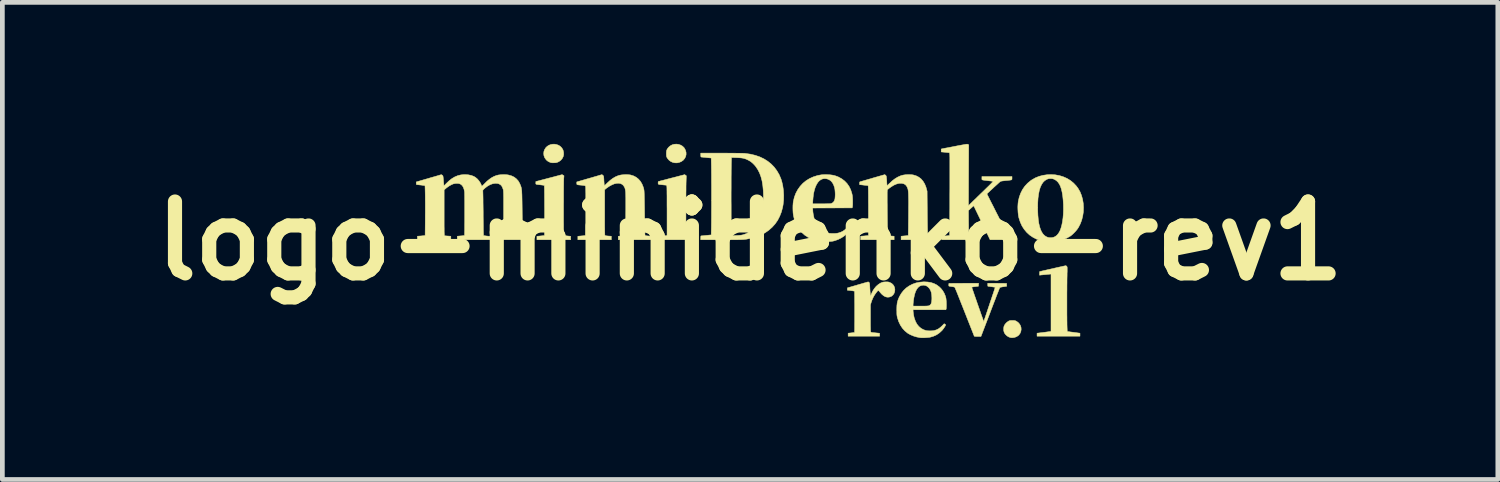
<source format=kicad_pcb>
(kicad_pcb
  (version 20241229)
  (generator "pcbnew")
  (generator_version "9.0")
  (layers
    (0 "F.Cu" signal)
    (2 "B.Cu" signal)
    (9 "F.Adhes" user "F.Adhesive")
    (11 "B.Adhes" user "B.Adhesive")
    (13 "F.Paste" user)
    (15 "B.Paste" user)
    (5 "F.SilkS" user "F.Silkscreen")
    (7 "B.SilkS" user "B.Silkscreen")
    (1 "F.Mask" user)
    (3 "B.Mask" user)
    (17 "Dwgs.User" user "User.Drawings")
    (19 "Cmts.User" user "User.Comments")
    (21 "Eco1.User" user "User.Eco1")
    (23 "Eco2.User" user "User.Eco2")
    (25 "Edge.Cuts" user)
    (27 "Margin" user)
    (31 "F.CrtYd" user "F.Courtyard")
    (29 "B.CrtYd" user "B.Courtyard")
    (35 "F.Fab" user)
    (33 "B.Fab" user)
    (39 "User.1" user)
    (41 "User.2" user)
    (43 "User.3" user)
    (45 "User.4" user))
  (footprint "logo-minidenko-rev1"
    (layer "F.Cu")
    (at 12.852 2.057)
    (property "Reference" "logo-minidenko-rev1" (at 0 0 0) (layer "F.SilkS") (effects (font (size 1.524 1.524) (thickness 0.3))))
    (attr through_hole)
    (fp_poly (pts (xy -1.515 -2.046) (xy -1.472 -2.031) (xy -1.434 -2.009) (xy -1.401 -1.978) (xy -1.392 -1.965) (xy -1.369 -1.922) (xy -1.357 -1.877) (xy -1.356 -1.832) (xy -1.366 -1.788) (xy -1.387 -1.747) (xy -1.418 -1.71) (xy -1.421 -1.708) (xy -1.458 -1.682) (xy -1.501 -1.664) (xy -1.548 -1.654) (xy -1.595 -1.655) (xy -1.635 -1.663) (xy -1.681 -1.683) (xy -1.72 -1.713) (xy -1.752 -1.751) (xy -1.762 -1.768) (xy -1.768 -1.782) (xy -1.772 -1.796) (xy -1.774 -1.815) (xy -1.775 -1.841) (xy -1.775 -1.852) (xy -1.774 -1.889) (xy -1.769 -1.918) (xy -1.759 -1.942) (xy -1.742 -1.967) (xy -1.724 -1.988) (xy -1.689 -2.017) (xy -1.649 -2.038) (xy -1.606 -2.049) (xy -1.56 -2.052) (xy -1.515 -2.046)) (stroke (width 0.01) (type solid)) (fill yes) (layer "F.SilkS"))
    (fp_poly (pts (xy -4.099 -2.042) (xy -4.059 -2.027) (xy -4.023 -2.004) (xy -3.993 -1.973) (xy -3.969 -1.935) (xy -3.964 -1.922) (xy -3.953 -1.876) (xy -3.952 -1.83) (xy -3.962 -1.787) (xy -3.983 -1.746) (xy -4.012 -1.711) (xy -4.05 -1.683) (xy -4.062 -1.677) (xy -4.084 -1.667) (xy -4.102 -1.661) (xy -4.123 -1.657) (xy -4.15 -1.656) (xy -4.155 -1.656) (xy -4.187 -1.655) (xy -4.212 -1.658) (xy -4.234 -1.663) (xy -4.239 -1.665) (xy -4.283 -1.686) (xy -4.32 -1.716) (xy -4.349 -1.756) (xy -4.358 -1.772) (xy -4.371 -1.81) (xy -4.375 -1.853) (xy -4.371 -1.895) (xy -4.358 -1.932) (xy -4.334 -1.972) (xy -4.303 -2.003) (xy -4.267 -2.027) (xy -4.227 -2.042) (xy -4.184 -2.05) (xy -4.141 -2.05) (xy -4.099 -2.042)) (stroke (width 0.01) (type solid)) (fill yes) (layer "F.SilkS"))
    (fp_poly (pts (xy 5.589 1.687) (xy 5.608 1.689) (xy 5.624 1.693) (xy 5.64 1.7) (xy 5.644 1.702) (xy 5.684 1.73) (xy 5.715 1.766) (xy 5.733 1.798) (xy 5.745 1.838) (xy 5.747 1.88) (xy 5.74 1.922) (xy 5.723 1.962) (xy 5.698 1.995) (xy 5.689 2.004) (xy 5.654 2.028) (xy 5.614 2.044) (xy 5.571 2.052) (xy 5.53 2.051) (xy 5.525 2.05) (xy 5.485 2.037) (xy 5.449 2.015) (xy 5.418 1.987) (xy 5.394 1.954) (xy 5.385 1.933) (xy 5.377 1.9) (xy 5.376 1.861) (xy 5.38 1.824) (xy 5.385 1.806) (xy 5.399 1.778) (xy 5.421 1.749) (xy 5.447 1.724) (xy 5.476 1.704) (xy 5.478 1.702) (xy 5.495 1.694) (xy 5.51 1.69) (xy 5.529 1.687) (xy 5.554 1.687) (xy 5.561 1.687) (xy 5.589 1.687)) (stroke (width 0.01) (type solid)) (fill yes) (layer "F.SilkS"))
    (fp_poly (pts (xy -1.369 -1.393) (xy -1.352 -1.381) (xy -1.357 -1.22) (xy -1.357 -1.197) (xy -1.358 -1.164) (xy -1.358 -1.124) (xy -1.358 -1.076) (xy -1.359 -1.021) (xy -1.359 -0.962) (xy -1.359 -0.898) (xy -1.36 -0.831) (xy -1.36 -0.762) (xy -1.36 -0.692) (xy -1.36 -0.621) (xy -1.36 -0.552) (xy -1.36 -0.484) (xy -1.36 -0.418) (xy -1.359 -0.357) (xy -1.359 -0.3) (xy -1.359 -0.249) (xy -1.359 -0.204) (xy -1.358 -0.168) (xy -1.358 -0.14) (xy -1.357 -0.122) (xy -1.357 -0.114) (xy -1.357 -0.114) (xy -1.351 -0.113) (xy -1.335 -0.111) (xy -1.312 -0.108) (xy -1.285 -0.105) (xy -1.282 -0.105) (xy -1.208 -0.097) (xy -1.206 -0.061) (xy -1.204 -0.024) (xy -1.926 -0.024) (xy -1.926 -0.099) (xy -1.874 -0.103) (xy -1.846 -0.105) (xy -1.818 -0.108) (xy -1.795 -0.11) (xy -1.791 -0.11) (xy -1.76 -0.114) (xy -1.76 -0.608) (xy -1.76 -0.684) (xy -1.761 -0.758) (xy -1.761 -0.828) (xy -1.761 -0.893) (xy -1.761 -0.953) (xy -1.762 -1.007) (xy -1.762 -1.052) (xy -1.763 -1.09) (xy -1.763 -1.118) (xy -1.764 -1.136) (xy -1.764 -1.141) (xy -1.768 -1.18) (xy -1.836 -1.187) (xy -1.875 -1.191) (xy -1.904 -1.194) (xy -1.925 -1.196) (xy -1.938 -1.2) (xy -1.945 -1.204) (xy -1.949 -1.209) (xy -1.949 -1.217) (xy -1.949 -1.227) (xy -1.949 -1.229) (xy -1.949 -1.246) (xy -1.946 -1.256) (xy -1.938 -1.261) (xy -1.927 -1.264) (xy -1.917 -1.266) (xy -1.897 -1.272) (xy -1.867 -1.279) (xy -1.83 -1.289) (xy -1.787 -1.3) (xy -1.739 -1.313) (xy -1.687 -1.327) (xy -1.646 -1.337) (xy -1.386 -1.405) (xy -1.369 -1.393)) (stroke (width 0.01) (type solid)) (fill yes) (layer "F.SilkS"))
    (fp_poly (pts (xy 6.703 0.53) (xy 6.714 0.539) (xy 6.717 0.544) (xy 6.72 0.55) (xy 6.722 0.558) (xy 6.723 0.571) (xy 6.723 0.589) (xy 6.723 0.615) (xy 6.723 0.649) (xy 6.721 0.691) (xy 6.721 0.728) (xy 6.72 0.774) (xy 6.719 0.828) (xy 6.719 0.889) (xy 6.718 0.957) (xy 6.718 1.029) (xy 6.717 1.104) (xy 6.717 1.182) (xy 6.717 1.26) (xy 6.717 1.338) (xy 6.717 1.415) (xy 6.717 1.489) (xy 6.717 1.558) (xy 6.718 1.623) (xy 6.718 1.681) (xy 6.719 1.731) (xy 6.719 1.772) (xy 6.72 1.803) (xy 6.72 1.809) (xy 6.724 1.919) (xy 6.739 1.922) (xy 6.75 1.924) (xy 6.77 1.927) (xy 6.797 1.931) (xy 6.831 1.935) (xy 6.868 1.94) (xy 6.874 1.941) (xy 6.994 1.957) (xy 6.994 2.02) (xy 6.084 2.02) (xy 6.084 1.957) (xy 6.216 1.941) (xy 6.255 1.936) (xy 6.291 1.931) (xy 6.321 1.927) (xy 6.345 1.924) (xy 6.36 1.922) (xy 6.363 1.921) (xy 6.38 1.918) (xy 6.38 0.702) (xy 6.354 0.705) (xy 6.338 0.707) (xy 6.314 0.709) (xy 6.285 0.712) (xy 6.258 0.715) (xy 6.228 0.717) (xy 6.199 0.72) (xy 6.176 0.722) (xy 6.162 0.724) (xy 6.137 0.727) (xy 6.137 0.689) (xy 6.138 0.669) (xy 6.139 0.655) (xy 6.14 0.65) (xy 6.146 0.648) (xy 6.162 0.645) (xy 6.188 0.639) (xy 6.222 0.631) (xy 6.262 0.622) (xy 6.309 0.611) (xy 6.36 0.6) (xy 6.413 0.588) (xy 6.468 0.575) (xy 6.519 0.563) (xy 6.566 0.553) (xy 6.608 0.544) (xy 6.642 0.536) (xy 6.669 0.53) (xy 6.686 0.527) (xy 6.693 0.526) (xy 6.703 0.53)) (stroke (width 0.01) (type solid)) (fill yes) (layer "F.SilkS"))
    (fp_poly (pts (xy -3.965 -1.393) (xy -3.945 -1.381) (xy -3.95 -1.321) (xy -3.951 -1.307) (xy -3.951 -1.283) (xy -3.952 -1.25) (xy -3.952 -1.208) (xy -3.953 -1.159) (xy -3.953 -1.104) (xy -3.954 -1.043) (xy -3.954 -0.978) (xy -3.954 -0.91) (xy -3.954 -0.839) (xy -3.955 -0.766) (xy -3.955 -0.693) (xy -3.955 -0.62) (xy -3.955 -0.548) (xy -3.955 -0.479) (xy -3.955 -0.413) (xy -3.954 -0.351) (xy -3.954 -0.294) (xy -3.954 -0.243) (xy -3.953 -0.2) (xy -3.953 -0.164) (xy -3.953 -0.138) (xy -3.952 -0.121) (xy -3.951 -0.116) (xy -3.945 -0.114) (xy -3.928 -0.111) (xy -3.905 -0.109) (xy -3.877 -0.106) (xy -3.876 -0.105) (xy -3.804 -0.098) (xy -3.804 -0.024) (xy -4.519 -0.024) (xy -4.519 -0.098) (xy -4.441 -0.105) (xy -4.412 -0.108) (xy -4.387 -0.111) (xy -4.369 -0.113) (xy -4.36 -0.115) (xy -4.36 -0.116) (xy -4.359 -0.122) (xy -4.358 -0.14) (xy -4.358 -0.167) (xy -4.357 -0.202) (xy -4.357 -0.246) (xy -4.357 -0.296) (xy -4.356 -0.352) (xy -4.356 -0.413) (xy -4.356 -0.477) (xy -4.356 -0.543) (xy -4.356 -0.611) (xy -4.356 -0.68) (xy -4.357 -0.748) (xy -4.357 -0.815) (xy -4.357 -0.879) (xy -4.358 -0.939) (xy -4.358 -0.995) (xy -4.359 -1.045) (xy -4.359 -1.088) (xy -4.36 -1.124) (xy -4.361 -1.151) (xy -4.362 -1.168) (xy -4.362 -1.175) (xy -4.37 -1.177) (xy -4.387 -1.181) (xy -4.411 -1.184) (xy -4.433 -1.187) (xy -4.472 -1.191) (xy -4.5 -1.194) (xy -4.519 -1.197) (xy -4.532 -1.2) (xy -4.539 -1.204) (xy -4.542 -1.21) (xy -4.543 -1.218) (xy -4.542 -1.229) (xy -4.542 -1.258) (xy -4.517 -1.265) (xy -4.506 -1.268) (xy -4.485 -1.273) (xy -4.456 -1.281) (xy -4.418 -1.291) (xy -4.375 -1.302) (xy -4.326 -1.315) (xy -4.274 -1.329) (xy -4.238 -1.338) (xy -3.984 -1.405) (xy -3.965 -1.393)) (stroke (width 0.01) (type solid)) (fill yes) (layer "F.SilkS"))
    (fp_poly (pts (xy 6.469 -1.401) (xy 6.557 -1.385) (xy 6.641 -1.359) (xy 6.72 -1.324) (xy 6.793 -1.279) (xy 6.859 -1.225) (xy 6.917 -1.163) (xy 6.955 -1.111) (xy 6.996 -1.04) (xy 7.027 -0.962) (xy 7.05 -0.879) (xy 7.064 -0.793) (xy 7.069 -0.705) (xy 7.066 -0.617) (xy 7.053 -0.53) (xy 7.032 -0.445) (xy 7.002 -0.364) (xy 6.963 -0.288) (xy 6.949 -0.266) (xy 6.925 -0.233) (xy 6.894 -0.197) (xy 6.86 -0.162) (xy 6.826 -0.13) (xy 6.795 -0.105) (xy 6.79 -0.102) (xy 6.712 -0.057) (xy 6.628 -0.022) (xy 6.542 0.003) (xy 6.519 0.007) (xy 6.488 0.01) (xy 6.449 0.012) (xy 6.408 0.014) (xy 6.365 0.015) (xy 6.324 0.015) (xy 6.288 0.015) (xy 6.259 0.013) (xy 6.247 0.012) (xy 6.157 -0.008) (xy 6.074 -0.037) (xy 5.998 -0.076) (xy 5.927 -0.124) (xy 5.864 -0.182) (xy 5.81 -0.247) (xy 5.765 -0.317) (xy 5.729 -0.396) (xy 5.701 -0.482) (xy 5.696 -0.501) (xy 5.687 -0.55) (xy 5.681 -0.607) (xy 5.678 -0.667) (xy 5.677 -0.7) (xy 6.097 -0.7) (xy 6.098 -0.65) (xy 6.102 -0.546) (xy 6.11 -0.453) (xy 6.122 -0.37) (xy 6.139 -0.298) (xy 6.16 -0.236) (xy 6.185 -0.184) (xy 6.214 -0.142) (xy 6.248 -0.109) (xy 6.287 -0.085) (xy 6.32 -0.073) (xy 6.352 -0.068) (xy 6.389 -0.068) (xy 6.424 -0.074) (xy 6.448 -0.082) (xy 6.479 -0.099) (xy 6.506 -0.12) (xy 6.53 -0.149) (xy 6.544 -0.168) (xy 6.569 -0.213) (xy 6.59 -0.268) (xy 6.608 -0.332) (xy 6.623 -0.405) (xy 6.634 -0.485) (xy 6.641 -0.571) (xy 6.644 -0.663) (xy 6.643 -0.758) (xy 6.643 -0.768) (xy 6.637 -0.867) (xy 6.628 -0.956) (xy 6.615 -1.033) (xy 6.599 -1.101) (xy 6.579 -1.159) (xy 6.555 -1.207) (xy 6.526 -1.247) (xy 6.494 -1.278) (xy 6.458 -1.301) (xy 6.435 -1.311) (xy 6.417 -1.317) (xy 6.397 -1.32) (xy 6.371 -1.32) (xy 6.344 -1.32) (xy 6.324 -1.317) (xy 6.306 -1.311) (xy 6.284 -1.301) (xy 6.244 -1.275) (xy 6.209 -1.239) (xy 6.179 -1.193) (xy 6.153 -1.137) (xy 6.132 -1.071) (xy 6.117 -0.994) (xy 6.105 -0.907) (xy 6.099 -0.809) (xy 6.097 -0.7) (xy 5.677 -0.7) (xy 5.677 -0.728) (xy 5.68 -0.785) (xy 5.685 -0.834) (xy 5.706 -0.925) (xy 5.736 -1.009) (xy 5.775 -1.087) (xy 5.824 -1.158) (xy 5.882 -1.221) (xy 5.948 -1.276) (xy 5.974 -1.294) (xy 6.047 -1.336) (xy 6.126 -1.368) (xy 6.209 -1.39) (xy 6.299 -1.403) (xy 6.376 -1.406) (xy 6.469 -1.401)) (stroke (width 0.01) (type solid)) (fill yes) (layer "F.SilkS"))
    (fp_poly (pts (xy 5.238 0.899) (xy 5.437 0.901) (xy 5.439 0.931) (xy 5.441 0.961) (xy 5.371 0.972) (xy 5.343 0.976) (xy 5.32 0.981) (xy 5.303 0.985) (xy 5.295 0.989) (xy 5.292 0.995) (xy 5.285 1.012) (xy 5.274 1.038) (xy 5.261 1.073) (xy 5.244 1.115) (xy 5.224 1.165) (xy 5.203 1.222) (xy 5.179 1.283) (xy 5.153 1.35) (xy 5.126 1.421) (xy 5.098 1.495) (xy 5.092 1.511) (xy 4.895 2.026) (xy 4.825 2.026) (xy 4.795 2.026) (xy 4.775 2.025) (xy 4.762 2.024) (xy 4.755 2.021) (xy 4.751 2.017) (xy 4.75 2.013) (xy 4.693 1.869) (xy 4.64 1.735) (xy 4.592 1.613) (xy 4.548 1.501) (xy 4.508 1.4) (xy 4.472 1.31) (xy 4.441 1.231) (xy 4.414 1.163) (xy 4.391 1.105) (xy 4.372 1.059) (xy 4.357 1.024) (xy 4.347 0.999) (xy 4.341 0.986) (xy 4.34 0.983) (xy 4.331 0.979) (xy 4.314 0.975) (xy 4.291 0.971) (xy 4.277 0.969) (xy 4.252 0.966) (xy 4.232 0.962) (xy 4.219 0.959) (xy 4.216 0.957) (xy 4.213 0.949) (xy 4.212 0.934) (xy 4.213 0.927) (xy 4.215 0.901) (xy 4.529 0.899) (xy 4.844 0.898) (xy 4.844 0.93) (xy 4.843 0.949) (xy 4.841 0.959) (xy 4.836 0.963) (xy 4.83 0.963) (xy 4.819 0.964) (xy 4.799 0.966) (xy 4.774 0.969) (xy 4.758 0.971) (xy 4.73 0.975) (xy 4.713 0.978) (xy 4.703 0.982) (xy 4.701 0.986) (xy 4.701 0.987) (xy 4.703 0.994) (xy 4.709 1.012) (xy 4.718 1.038) (xy 4.73 1.072) (xy 4.744 1.113) (xy 4.759 1.158) (xy 4.777 1.208) (xy 4.795 1.26) (xy 4.814 1.315) (xy 4.833 1.37) (xy 4.852 1.424) (xy 4.871 1.477) (xy 4.888 1.527) (xy 4.904 1.573) (xy 4.919 1.614) (xy 4.931 1.648) (xy 4.941 1.675) (xy 4.947 1.693) (xy 4.95 1.701) (xy 4.95 1.701) (xy 4.955 1.707) (xy 4.956 1.707) (xy 4.958 1.701) (xy 4.963 1.684) (xy 4.971 1.659) (xy 4.983 1.625) (xy 4.997 1.583) (xy 5.013 1.536) (xy 5.031 1.482) (xy 5.05 1.424) (xy 5.071 1.363) (xy 5.077 1.344) (xy 5.098 1.282) (xy 5.118 1.223) (xy 5.136 1.168) (xy 5.153 1.119) (xy 5.167 1.076) (xy 5.179 1.04) (xy 5.188 1.012) (xy 5.194 0.993) (xy 5.197 0.984) (xy 5.197 0.983) (xy 5.191 0.982) (xy 5.176 0.98) (xy 5.154 0.977) (xy 5.129 0.973) (xy 5.103 0.97) (xy 5.079 0.967) (xy 5.059 0.964) (xy 5.046 0.963) (xy 5.043 0.963) (xy 5.041 0.957) (xy 5.039 0.944) (xy 5.039 0.93) (xy 5.039 0.898) (xy 5.238 0.899)) (stroke (width 0.01) (type solid)) (fill yes) (layer "F.SilkS"))
    (fp_poly (pts (xy 2.511 0.872) (xy 2.521 0.879) (xy 2.525 0.883) (xy 2.529 0.889) (xy 2.532 0.898) (xy 2.534 0.912) (xy 2.536 0.932) (xy 2.538 0.961) (xy 2.54 0.998) (xy 2.542 1.036) (xy 2.544 1.071) (xy 2.547 1.102) (xy 2.548 1.127) (xy 2.55 1.14) (xy 2.553 1.172) (xy 2.57 1.129) (xy 2.598 1.067) (xy 2.633 1.012) (xy 2.674 0.963) (xy 2.719 0.924) (xy 2.766 0.894) (xy 2.768 0.893) (xy 2.792 0.883) (xy 2.811 0.876) (xy 2.831 0.872) (xy 2.855 0.87) (xy 2.871 0.869) (xy 2.901 0.869) (xy 2.924 0.87) (xy 2.943 0.874) (xy 2.959 0.88) (xy 2.999 0.899) (xy 3.029 0.926) (xy 3.05 0.956) (xy 3.065 0.994) (xy 3.07 1.034) (xy 3.066 1.073) (xy 3.054 1.11) (xy 3.034 1.142) (xy 3.006 1.168) (xy 2.987 1.179) (xy 2.947 1.192) (xy 2.906 1.193) (xy 2.866 1.183) (xy 2.827 1.16) (xy 2.788 1.126) (xy 2.758 1.092) (xy 2.742 1.072) (xy 2.73 1.059) (xy 2.72 1.053) (xy 2.711 1.056) (xy 2.699 1.066) (xy 2.684 1.085) (xy 2.669 1.104) (xy 2.638 1.148) (xy 2.609 1.2) (xy 2.584 1.257) (xy 2.567 1.306) (xy 2.552 1.356) (xy 2.552 1.628) (xy 2.552 1.685) (xy 2.552 1.738) (xy 2.552 1.786) (xy 2.553 1.83) (xy 2.554 1.866) (xy 2.554 1.894) (xy 2.555 1.912) (xy 2.556 1.919) (xy 2.557 1.927) (xy 2.56 1.932) (xy 2.565 1.936) (xy 2.574 1.94) (xy 2.589 1.942) (xy 2.612 1.945) (xy 2.644 1.948) (xy 2.664 1.95) (xy 2.744 1.958) (xy 2.746 1.989) (xy 2.747 2.02) (xy 2.079 2.02) (xy 2.079 1.957) (xy 2.145 1.95) (xy 2.172 1.947) (xy 2.194 1.944) (xy 2.209 1.942) (xy 2.215 1.94) (xy 2.215 1.934) (xy 2.216 1.916) (xy 2.216 1.89) (xy 2.217 1.855) (xy 2.217 1.812) (xy 2.217 1.764) (xy 2.218 1.71) (xy 2.218 1.653) (xy 2.218 1.593) (xy 2.218 1.531) (xy 2.218 1.468) (xy 2.218 1.407) (xy 2.218 1.347) (xy 2.217 1.29) (xy 2.217 1.237) (xy 2.217 1.189) (xy 2.216 1.147) (xy 2.216 1.113) (xy 2.215 1.087) (xy 2.215 1.071) (xy 2.214 1.066) (xy 2.207 1.064) (xy 2.192 1.062) (xy 2.17 1.058) (xy 2.144 1.055) (xy 2.117 1.051) (xy 2.091 1.048) (xy 2.07 1.046) (xy 2.063 1.046) (xy 2.062 1.04) (xy 2.062 1.027) (xy 2.063 1.021) (xy 2.064 0.996) (xy 2.283 0.932) (xy 2.332 0.918) (xy 2.377 0.905) (xy 2.417 0.893) (xy 2.451 0.884) (xy 2.478 0.876) (xy 2.496 0.871) (xy 2.504 0.869) (xy 2.505 0.869) (xy 2.511 0.872)) (stroke (width 0.01) (type solid)) (fill yes) (layer "F.SilkS"))
    (fp_poly (pts (xy 3.768 0.872) (xy 3.838 0.884) (xy 3.901 0.905) (xy 3.959 0.935) (xy 4.012 0.975) (xy 4.045 1.007) (xy 4.083 1.054) (xy 4.115 1.108) (xy 4.14 1.168) (xy 4.15 1.202) (xy 4.154 1.223) (xy 4.157 1.252) (xy 4.16 1.286) (xy 4.161 1.323) (xy 4.162 1.36) (xy 4.161 1.393) (xy 4.16 1.421) (xy 4.158 1.44) (xy 4.157 1.443) (xy 4.152 1.459) (xy 3.456 1.459) (xy 3.456 1.472) (xy 3.457 1.497) (xy 3.461 1.529) (xy 3.466 1.565) (xy 3.473 1.601) (xy 3.48 1.632) (xy 3.483 1.641) (xy 3.507 1.708) (xy 3.538 1.765) (xy 3.577 1.813) (xy 3.622 1.852) (xy 3.673 1.881) (xy 3.724 1.899) (xy 3.756 1.905) (xy 3.795 1.907) (xy 3.837 1.907) (xy 3.876 1.905) (xy 3.908 1.899) (xy 3.908 1.899) (xy 3.955 1.884) (xy 3.996 1.863) (xy 4.035 1.834) (xy 4.068 1.804) (xy 4.115 1.756) (xy 4.131 1.765) (xy 4.142 1.774) (xy 4.147 1.781) (xy 4.147 1.781) (xy 4.143 1.792) (xy 4.134 1.809) (xy 4.12 1.831) (xy 4.104 1.855) (xy 4.086 1.878) (xy 4.069 1.899) (xy 4.068 1.9) (xy 4.014 1.95) (xy 3.954 1.991) (xy 3.888 2.021) (xy 3.832 2.038) (xy 3.799 2.045) (xy 3.758 2.049) (xy 3.714 2.052) (xy 3.669 2.054) (xy 3.628 2.053) (xy 3.595 2.05) (xy 3.594 2.049) (xy 3.528 2.036) (xy 3.463 2.016) (xy 3.403 1.991) (xy 3.35 1.962) (xy 3.341 1.956) (xy 3.282 1.908) (xy 3.23 1.851) (xy 3.187 1.786) (xy 3.152 1.714) (xy 3.127 1.639) (xy 3.121 1.617) (xy 3.117 1.598) (xy 3.114 1.58) (xy 3.112 1.558) (xy 3.111 1.533) (xy 3.111 1.499) (xy 3.11 1.465) (xy 3.111 1.409) (xy 3.113 1.363) (xy 3.114 1.36) (xy 3.456 1.36) (xy 3.456 1.382) (xy 3.615 1.382) (xy 3.667 1.382) (xy 3.708 1.382) (xy 3.74 1.381) (xy 3.764 1.379) (xy 3.78 1.378) (xy 3.791 1.375) (xy 3.794 1.374) (xy 3.815 1.362) (xy 3.831 1.345) (xy 3.842 1.321) (xy 3.849 1.289) (xy 3.853 1.249) (xy 3.854 1.211) (xy 3.851 1.149) (xy 3.843 1.097) (xy 3.828 1.053) (xy 3.807 1.015) (xy 3.78 0.983) (xy 3.775 0.98) (xy 3.745 0.957) (xy 3.714 0.944) (xy 3.677 0.939) (xy 3.668 0.939) (xy 3.628 0.945) (xy 3.591 0.962) (xy 3.559 0.99) (xy 3.531 1.028) (xy 3.507 1.077) (xy 3.488 1.136) (xy 3.473 1.206) (xy 3.464 1.264) (xy 3.461 1.295) (xy 3.458 1.323) (xy 3.456 1.346) (xy 3.456 1.36) (xy 3.114 1.36) (xy 3.118 1.323) (xy 3.126 1.287) (xy 3.137 1.251) (xy 3.152 1.214) (xy 3.165 1.184) (xy 3.205 1.115) (xy 3.253 1.053) (xy 3.309 0.999) (xy 3.373 0.954) (xy 3.442 0.918) (xy 3.518 0.891) (xy 3.598 0.875) (xy 3.683 0.868) (xy 3.691 0.868) (xy 3.768 0.872)) (stroke (width 0.01) (type solid)) (fill yes) (layer "F.SilkS"))
    (fp_poly (pts (xy 1.626 -1.405) (xy 1.638 -1.404) (xy 1.698 -1.401) (xy 1.749 -1.394) (xy 1.794 -1.384) (xy 1.838 -1.369) (xy 1.877 -1.353) (xy 1.945 -1.315) (xy 2.005 -1.269) (xy 2.056 -1.216) (xy 2.099 -1.154) (xy 2.133 -1.085) (xy 2.158 -1.007) (xy 2.165 -0.977) (xy 2.169 -0.953) (xy 2.172 -0.922) (xy 2.174 -0.885) (xy 2.175 -0.846) (xy 2.175 -0.807) (xy 2.175 -0.771) (xy 2.173 -0.742) (xy 2.17 -0.721) (xy 2.17 -0.721) (xy 2.164 -0.7) (xy 1.329 -0.697) (xy 1.329 -0.663) (xy 1.332 -0.615) (xy 1.34 -0.559) (xy 1.353 -0.5) (xy 1.353 -0.497) (xy 1.377 -0.422) (xy 1.408 -0.356) (xy 1.446 -0.298) (xy 1.492 -0.25) (xy 1.544 -0.211) (xy 1.603 -0.182) (xy 1.648 -0.167) (xy 1.68 -0.161) (xy 1.719 -0.158) (xy 1.763 -0.157) (xy 1.806 -0.158) (xy 1.845 -0.162) (xy 1.873 -0.168) (xy 1.919 -0.183) (xy 1.961 -0.202) (xy 2 -0.228) (xy 2.039 -0.261) (xy 2.058 -0.279) (xy 2.082 -0.303) (xy 2.1 -0.319) (xy 2.113 -0.329) (xy 2.124 -0.332) (xy 2.133 -0.33) (xy 2.144 -0.324) (xy 2.149 -0.32) (xy 2.162 -0.31) (xy 2.13 -0.258) (xy 2.102 -0.215) (xy 2.075 -0.18) (xy 2.048 -0.15) (xy 2.017 -0.122) (xy 2 -0.108) (xy 1.938 -0.066) (xy 1.869 -0.031) (xy 1.798 -0.005) (xy 1.787 -0.002) (xy 1.763 0.004) (xy 1.741 0.008) (xy 1.718 0.011) (xy 1.692 0.013) (xy 1.66 0.014) (xy 1.624 0.015) (xy 1.588 0.015) (xy 1.553 0.015) (xy 1.522 0.014) (xy 1.498 0.013) (xy 1.488 0.012) (xy 1.395 -0.008) (xy 1.309 -0.037) (xy 1.23 -0.075) (xy 1.16 -0.121) (xy 1.098 -0.177) (xy 1.044 -0.24) (xy 0.998 -0.311) (xy 0.961 -0.391) (xy 0.933 -0.478) (xy 0.918 -0.546) (xy 0.912 -0.592) (xy 0.909 -0.645) (xy 0.908 -0.701) (xy 0.909 -0.757) (xy 0.912 -0.786) (xy 1.327 -0.786) (xy 1.512 -0.786) (xy 1.574 -0.786) (xy 1.625 -0.787) (xy 1.665 -0.788) (xy 1.695 -0.789) (xy 1.714 -0.791) (xy 1.721 -0.793) (xy 1.751 -0.808) (xy 1.775 -0.832) (xy 1.792 -0.866) (xy 1.794 -0.871) (xy 1.8 -0.899) (xy 1.803 -0.936) (xy 1.805 -0.977) (xy 1.804 -1.021) (xy 1.801 -1.063) (xy 1.797 -1.102) (xy 1.791 -1.129) (xy 1.772 -1.185) (xy 1.748 -1.231) (xy 1.718 -1.267) (xy 1.682 -1.294) (xy 1.64 -1.312) (xy 1.63 -1.315) (xy 1.585 -1.321) (xy 1.542 -1.316) (xy 1.503 -1.3) (xy 1.467 -1.274) (xy 1.435 -1.238) (xy 1.407 -1.192) (xy 1.382 -1.137) (xy 1.362 -1.073) (xy 1.346 -1.001) (xy 1.336 -0.921) (xy 1.331 -0.858) (xy 1.327 -0.786) (xy 0.912 -0.786) (xy 0.913 -0.807) (xy 0.918 -0.839) (xy 0.939 -0.928) (xy 0.971 -1.012) (xy 1.012 -1.088) (xy 1.062 -1.158) (xy 1.12 -1.221) (xy 1.186 -1.275) (xy 1.26 -1.321) (xy 1.34 -1.357) (xy 1.427 -1.385) (xy 1.488 -1.397) (xy 1.52 -1.402) (xy 1.551 -1.404) (xy 1.585 -1.405) (xy 1.626 -1.405)) (stroke (width 0.01) (type solid)) (fill yes) (layer "F.SilkS"))
    (fp_poly (pts (xy -0.52 -1.861) (xy -0.44 -1.86) (xy -0.366 -1.86) (xy -0.299 -1.859) (xy -0.241 -1.859) (xy -0.191 -1.858) (xy -0.151 -1.857) (xy -0.121 -1.856) (xy -0.103 -1.854) (xy 0.007 -1.839) (xy 0.11 -1.814) (xy 0.206 -1.781) (xy 0.294 -1.739) (xy 0.375 -1.688) (xy 0.448 -1.629) (xy 0.512 -1.563) (xy 0.568 -1.488) (xy 0.616 -1.406) (xy 0.654 -1.317) (xy 0.671 -1.265) (xy 0.693 -1.171) (xy 0.707 -1.072) (xy 0.713 -0.969) (xy 0.711 -0.866) (xy 0.7 -0.766) (xy 0.691 -0.715) (xy 0.665 -0.616) (xy 0.629 -0.524) (xy 0.585 -0.438) (xy 0.531 -0.36) (xy 0.468 -0.29) (xy 0.397 -0.227) (xy 0.318 -0.172) (xy 0.231 -0.125) (xy 0.137 -0.087) (xy 0.035 -0.058) (xy -0.074 -0.037) (xy -0.106 -0.033) (xy -0.124 -0.031) (xy -0.144 -0.029) (xy -0.167 -0.028) (xy -0.194 -0.027) (xy -0.226 -0.026) (xy -0.263 -0.025) (xy -0.307 -0.025) (xy -0.359 -0.024) (xy -0.42 -0.024) (xy -0.49 -0.024) (xy -0.57 -0.024) (xy -0.616 -0.024) (xy -1.046 -0.024) (xy -1.046 -0.065) (xy -1.045 -0.087) (xy -1.044 -0.099) (xy -1.041 -0.105) (xy -1.035 -0.107) (xy -1.032 -0.107) (xy -1.022 -0.107) (xy -1.002 -0.109) (xy -0.976 -0.112) (xy -0.944 -0.115) (xy -0.921 -0.117) (xy -0.824 -0.127) (xy -0.82 -0.301) (xy -0.82 -0.336) (xy -0.819 -0.381) (xy -0.819 -0.435) (xy -0.818 -0.497) (xy -0.818 -0.565) (xy -0.818 -0.638) (xy -0.817 -0.715) (xy -0.817 -0.793) (xy -0.817 -0.872) (xy -0.817 -0.939) (xy -0.402 -0.939) (xy -0.402 -0.852) (xy -0.401 -0.766) (xy -0.401 -0.682) (xy -0.401 -0.601) (xy -0.401 -0.526) (xy -0.4 -0.456) (xy -0.4 -0.393) (xy -0.399 -0.339) (xy -0.398 -0.294) (xy -0.398 -0.263) (xy -0.394 -0.111) (xy -0.296 -0.114) (xy -0.249 -0.116) (xy -0.211 -0.119) (xy -0.18 -0.123) (xy -0.153 -0.129) (xy -0.151 -0.129) (xy -0.08 -0.154) (xy -0.014 -0.189) (xy 0.047 -0.233) (xy 0.1 -0.287) (xy 0.146 -0.348) (xy 0.155 -0.362) (xy 0.194 -0.436) (xy 0.226 -0.518) (xy 0.25 -0.608) (xy 0.268 -0.705) (xy 0.279 -0.812) (xy 0.283 -0.927) (xy 0.284 -0.945) (xy 0.28 -1.063) (xy 0.27 -1.171) (xy 0.254 -1.271) (xy 0.23 -1.361) (xy 0.2 -1.442) (xy 0.162 -1.515) (xy 0.118 -1.58) (xy 0.086 -1.617) (xy 0.049 -1.653) (xy 0.012 -1.683) (xy -0.031 -1.708) (xy -0.045 -1.715) (xy -0.078 -1.731) (xy -0.108 -1.742) (xy -0.139 -1.751) (xy -0.173 -1.757) (xy -0.212 -1.761) (xy -0.259 -1.764) (xy -0.284 -1.765) (xy -0.394 -1.768) (xy -0.398 -1.621) (xy -0.398 -1.586) (xy -0.399 -1.541) (xy -0.4 -1.487) (xy -0.4 -1.424) (xy -0.401 -1.354) (xy -0.401 -1.278) (xy -0.401 -1.197) (xy -0.401 -1.113) (xy -0.402 -1.027) (xy -0.402 -0.939) (xy -0.817 -0.939) (xy -0.817 -0.942) (xy -0.817 -1.021) (xy -0.817 -1.1) (xy -0.817 -1.178) (xy -0.818 -1.254) (xy -0.818 -1.327) (xy -0.818 -1.394) (xy -0.819 -1.455) (xy -0.819 -1.509) (xy -0.82 -1.553) (xy -0.82 -1.583) (xy -0.824 -1.757) (xy -0.927 -1.767) (xy -0.961 -1.771) (xy -0.992 -1.773) (xy -1.016 -1.776) (xy -1.032 -1.777) (xy -1.038 -1.778) (xy -1.042 -1.782) (xy -1.045 -1.797) (xy -1.046 -1.819) (xy -1.046 -1.861) (xy -0.606 -1.861) (xy -0.52 -1.861)) (stroke (width 0.01) (type solid)) (fill yes) (layer "F.SilkS"))
    (fp_poly (pts (xy 2.871 -1.394) (xy 2.878 -1.388) (xy 2.883 -1.381) (xy 2.887 -1.371) (xy 2.89 -1.357) (xy 2.892 -1.335) (xy 2.895 -1.306) (xy 2.897 -1.268) (xy 2.898 -1.249) (xy 2.9 -1.221) (xy 2.901 -1.198) (xy 2.903 -1.181) (xy 2.904 -1.174) (xy 2.909 -1.176) (xy 2.921 -1.186) (xy 2.937 -1.201) (xy 2.956 -1.22) (xy 2.958 -1.221) (xy 3.015 -1.274) (xy 3.07 -1.316) (xy 3.125 -1.35) (xy 3.184 -1.377) (xy 3.216 -1.388) (xy 3.25 -1.396) (xy 3.292 -1.402) (xy 3.337 -1.405) (xy 3.384 -1.405) (xy 3.427 -1.403) (xy 3.461 -1.398) (xy 3.523 -1.379) (xy 3.577 -1.351) (xy 3.626 -1.313) (xy 3.667 -1.265) (xy 3.701 -1.209) (xy 3.728 -1.144) (xy 3.737 -1.112) (xy 3.753 -1.054) (xy 3.757 -0.585) (xy 3.758 -0.494) (xy 3.759 -0.413) (xy 3.76 -0.344) (xy 3.761 -0.285) (xy 3.762 -0.235) (xy 3.763 -0.195) (xy 3.764 -0.163) (xy 3.766 -0.139) (xy 3.767 -0.123) (xy 3.768 -0.114) (xy 3.769 -0.112) (xy 3.778 -0.11) (xy 3.795 -0.108) (xy 3.819 -0.105) (xy 3.843 -0.103) (xy 3.91 -0.099) (xy 3.91 -0.024) (xy 3.202 -0.024) (xy 3.202 -0.099) (xy 3.276 -0.106) (xy 3.305 -0.108) (xy 3.329 -0.111) (xy 3.346 -0.113) (xy 3.353 -0.114) (xy 3.353 -0.114) (xy 3.354 -0.121) (xy 3.354 -0.138) (xy 3.355 -0.164) (xy 3.355 -0.2) (xy 3.356 -0.244) (xy 3.357 -0.296) (xy 3.357 -0.353) (xy 3.358 -0.415) (xy 3.359 -0.482) (xy 3.359 -0.544) (xy 3.36 -0.635) (xy 3.36 -0.716) (xy 3.361 -0.786) (xy 3.361 -0.847) (xy 3.36 -0.899) (xy 3.359 -0.944) (xy 3.358 -0.982) (xy 3.357 -1.013) (xy 3.355 -1.04) (xy 3.352 -1.062) (xy 3.35 -1.081) (xy 3.346 -1.097) (xy 3.342 -1.111) (xy 3.338 -1.122) (xy 3.319 -1.161) (xy 3.294 -1.19) (xy 3.263 -1.209) (xy 3.225 -1.219) (xy 3.207 -1.221) (xy 3.158 -1.22) (xy 3.107 -1.207) (xy 3.055 -1.185) (xy 3.034 -1.173) (xy 3.008 -1.157) (xy 2.981 -1.139) (xy 2.955 -1.121) (xy 2.933 -1.103) (xy 2.917 -1.09) (xy 2.913 -1.085) (xy 2.911 -1.082) (xy 2.91 -1.075) (xy 2.909 -1.065) (xy 2.908 -1.05) (xy 2.907 -1.03) (xy 2.907 -1.004) (xy 2.907 -0.971) (xy 2.907 -0.93) (xy 2.907 -0.882) (xy 2.907 -0.824) (xy 2.908 -0.757) (xy 2.908 -0.679) (xy 2.909 -0.595) (xy 2.91 -0.498) (xy 2.911 -0.411) (xy 2.912 -0.335) (xy 2.913 -0.27) (xy 2.914 -0.216) (xy 2.915 -0.173) (xy 2.917 -0.141) (xy 2.918 -0.121) (xy 2.919 -0.112) (xy 2.919 -0.111) (xy 2.927 -0.11) (xy 2.944 -0.107) (xy 2.968 -0.105) (xy 2.99 -0.104) (xy 3.054 -0.099) (xy 3.054 -0.024) (xy 2.345 -0.024) (xy 2.345 -0.099) (xy 2.397 -0.103) (xy 2.425 -0.105) (xy 2.453 -0.108) (xy 2.476 -0.11) (xy 2.479 -0.11) (xy 2.51 -0.114) (xy 2.51 -0.614) (xy 2.51 -0.69) (xy 2.51 -0.764) (xy 2.509 -0.834) (xy 2.509 -0.899) (xy 2.509 -0.958) (xy 2.508 -1.011) (xy 2.508 -1.056) (xy 2.507 -1.093) (xy 2.506 -1.121) (xy 2.506 -1.138) (xy 2.506 -1.143) (xy 2.502 -1.173) (xy 2.413 -1.182) (xy 2.382 -1.186) (xy 2.356 -1.189) (xy 2.336 -1.191) (xy 2.325 -1.192) (xy 2.323 -1.193) (xy 2.322 -1.198) (xy 2.322 -1.212) (xy 2.321 -1.222) (xy 2.322 -1.24) (xy 2.325 -1.249) (xy 2.332 -1.254) (xy 2.335 -1.254) (xy 2.343 -1.257) (xy 2.361 -1.262) (xy 2.389 -1.27) (xy 2.424 -1.28) (xy 2.465 -1.292) (xy 2.512 -1.306) (xy 2.563 -1.32) (xy 2.601 -1.332) (xy 2.855 -1.405) (xy 2.871 -1.394)) (stroke (width 0.01) (type solid)) (fill yes) (layer "F.SilkS"))
    (fp_poly (pts (xy -2.566 -1.402) (xy -2.533 -1.398) (xy -2.532 -1.397) (xy -2.47 -1.378) (xy -2.415 -1.349) (xy -2.366 -1.31) (xy -2.325 -1.263) (xy -2.291 -1.206) (xy -2.265 -1.142) (xy -2.256 -1.111) (xy -2.253 -1.1) (xy -2.251 -1.089) (xy -2.249 -1.076) (xy -2.247 -1.062) (xy -2.246 -1.045) (xy -2.245 -1.023) (xy -2.244 -0.997) (xy -2.243 -0.964) (xy -2.242 -0.925) (xy -2.241 -0.877) (xy -2.24 -0.82) (xy -2.239 -0.752) (xy -2.238 -0.703) (xy -2.237 -0.607) (xy -2.236 -0.522) (xy -2.235 -0.448) (xy -2.234 -0.383) (xy -2.233 -0.327) (xy -2.232 -0.28) (xy -2.232 -0.24) (xy -2.231 -0.208) (xy -2.23 -0.181) (xy -2.23 -0.161) (xy -2.229 -0.145) (xy -2.228 -0.133) (xy -2.228 -0.125) (xy -2.227 -0.12) (xy -2.226 -0.117) (xy -2.226 -0.115) (xy -2.225 -0.114) (xy -2.218 -0.112) (xy -2.201 -0.109) (xy -2.177 -0.106) (xy -2.151 -0.104) (xy -2.082 -0.097) (xy -2.079 -0.024) (xy -2.794 -0.024) (xy -2.794 -0.098) (xy -2.719 -0.105) (xy -2.691 -0.108) (xy -2.667 -0.111) (xy -2.649 -0.114) (xy -2.641 -0.115) (xy -2.641 -0.116) (xy -2.641 -0.122) (xy -2.64 -0.139) (xy -2.639 -0.166) (xy -2.639 -0.202) (xy -2.638 -0.247) (xy -2.638 -0.298) (xy -2.637 -0.356) (xy -2.636 -0.419) (xy -2.636 -0.487) (xy -2.636 -0.559) (xy -2.636 -0.566) (xy -2.635 -0.656) (xy -2.635 -0.734) (xy -2.635 -0.803) (xy -2.635 -0.863) (xy -2.635 -0.913) (xy -2.636 -0.957) (xy -2.637 -0.993) (xy -2.638 -1.024) (xy -2.64 -1.049) (xy -2.643 -1.07) (xy -2.646 -1.087) (xy -2.649 -1.102) (xy -2.653 -1.116) (xy -2.658 -1.128) (xy -2.663 -1.14) (xy -2.664 -1.142) (xy -2.686 -1.176) (xy -2.714 -1.2) (xy -2.748 -1.216) (xy -2.788 -1.223) (xy -2.832 -1.22) (xy -2.88 -1.209) (xy -2.93 -1.188) (xy -2.984 -1.159) (xy -3.039 -1.121) (xy -3.058 -1.106) (xy -3.083 -1.085) (xy -3.083 -0.603) (xy -3.083 -0.512) (xy -3.083 -0.433) (xy -3.083 -0.364) (xy -3.083 -0.305) (xy -3.082 -0.255) (xy -3.082 -0.214) (xy -3.081 -0.181) (xy -3.08 -0.155) (xy -3.08 -0.136) (xy -3.078 -0.123) (xy -3.077 -0.116) (xy -3.076 -0.114) (xy -3.067 -0.111) (xy -3.05 -0.108) (xy -3.026 -0.105) (xy -3.005 -0.103) (xy -2.942 -0.099) (xy -2.942 -0.024) (xy -3.651 -0.024) (xy -3.651 -0.098) (xy -3.57 -0.106) (xy -3.54 -0.108) (xy -3.515 -0.111) (xy -3.496 -0.113) (xy -3.487 -0.115) (xy -3.486 -0.115) (xy -3.486 -0.121) (xy -3.485 -0.139) (xy -3.485 -0.166) (xy -3.484 -0.202) (xy -3.484 -0.247) (xy -3.484 -0.3) (xy -3.483 -0.359) (xy -3.483 -0.424) (xy -3.483 -0.494) (xy -3.483 -0.568) (xy -3.483 -0.633) (xy -3.483 -0.729) (xy -3.483 -0.814) (xy -3.483 -0.887) (xy -3.483 -0.951) (xy -3.483 -1.005) (xy -3.484 -1.05) (xy -3.485 -1.087) (xy -3.485 -1.115) (xy -3.486 -1.136) (xy -3.487 -1.151) (xy -3.489 -1.159) (xy -3.489 -1.161) (xy -3.493 -1.166) (xy -3.5 -1.17) (xy -3.512 -1.173) (xy -3.531 -1.176) (xy -3.558 -1.179) (xy -3.575 -1.181) (xy -3.611 -1.184) (xy -3.637 -1.187) (xy -3.655 -1.19) (xy -3.666 -1.194) (xy -3.672 -1.199) (xy -3.674 -1.206) (xy -3.674 -1.216) (xy -3.674 -1.222) (xy -3.674 -1.25) (xy -3.413 -1.326) (xy -3.359 -1.341) (xy -3.309 -1.356) (xy -3.263 -1.369) (xy -3.223 -1.381) (xy -3.19 -1.391) (xy -3.165 -1.398) (xy -3.15 -1.403) (xy -3.144 -1.404) (xy -3.136 -1.402) (xy -3.124 -1.394) (xy -3.12 -1.39) (xy -3.113 -1.383) (xy -3.108 -1.376) (xy -3.105 -1.366) (xy -3.103 -1.352) (xy -3.101 -1.331) (xy -3.099 -1.302) (xy -3.099 -1.291) (xy -3.097 -1.259) (xy -3.095 -1.23) (xy -3.093 -1.206) (xy -3.092 -1.191) (xy -3.091 -1.189) (xy -3.088 -1.169) (xy -3.025 -1.23) (xy -2.967 -1.283) (xy -2.911 -1.325) (xy -2.855 -1.358) (xy -2.799 -1.382) (xy -2.767 -1.391) (xy -2.735 -1.398) (xy -2.695 -1.402) (xy -2.651 -1.405) (xy -2.607 -1.405) (xy -2.566 -1.402)) (stroke (width 0.01) (type solid)) (fill yes) (layer "F.SilkS"))
    (fp_poly (pts (xy 4.612 -2.049) (xy 4.617 -2.047) (xy 4.619 -2.046) (xy 4.635 -2.037) (xy 4.632 -1.392) (xy 4.63 -0.747) (xy 4.703 -0.818) (xy 4.73 -0.845) (xy 4.764 -0.877) (xy 4.8 -0.912) (xy 4.836 -0.948) (xy 4.871 -0.981) (xy 4.873 -0.984) (xy 4.932 -1.04) (xy 4.984 -1.091) (xy 5.03 -1.136) (xy 5.069 -1.174) (xy 5.101 -1.206) (xy 5.126 -1.232) (xy 5.144 -1.249) (xy 5.153 -1.26) (xy 5.155 -1.262) (xy 5.149 -1.263) (xy 5.133 -1.266) (xy 5.109 -1.269) (xy 5.079 -1.272) (xy 5.047 -1.276) (xy 5.004 -1.281) (xy 4.972 -1.285) (xy 4.948 -1.288) (xy 4.932 -1.291) (xy 4.922 -1.295) (xy 4.917 -1.3) (xy 4.914 -1.307) (xy 4.914 -1.316) (xy 4.915 -1.328) (xy 4.915 -1.329) (xy 4.915 -1.365) (xy 5.553 -1.365) (xy 5.553 -1.33) (xy 5.553 -1.317) (xy 5.552 -1.308) (xy 5.55 -1.301) (xy 5.545 -1.296) (xy 5.534 -1.292) (xy 5.518 -1.289) (xy 5.493 -1.286) (xy 5.46 -1.282) (xy 5.42 -1.279) (xy 5.378 -1.274) (xy 5.347 -1.27) (xy 5.325 -1.266) (xy 5.311 -1.262) (xy 5.306 -1.259) (xy 5.297 -1.252) (xy 5.281 -1.238) (xy 5.259 -1.218) (xy 5.234 -1.195) (xy 5.205 -1.169) (xy 5.175 -1.142) (xy 5.145 -1.113) (xy 5.115 -1.086) (xy 5.087 -1.06) (xy 5.063 -1.037) (xy 5.043 -1.018) (xy 5.029 -1.005) (xy 5.022 -0.997) (xy 5.021 -0.997) (xy 5.024 -0.991) (xy 5.031 -0.976) (xy 5.043 -0.952) (xy 5.059 -0.92) (xy 5.078 -0.882) (xy 5.1 -0.838) (xy 5.125 -0.789) (xy 5.152 -0.737) (xy 5.18 -0.681) (xy 5.209 -0.623) (xy 5.239 -0.564) (xy 5.269 -0.506) (xy 5.298 -0.448) (xy 5.327 -0.391) (xy 5.354 -0.338) (xy 5.38 -0.288) (xy 5.403 -0.243) (xy 5.423 -0.203) (xy 5.44 -0.17) (xy 5.453 -0.145) (xy 5.462 -0.128) (xy 5.466 -0.12) (xy 5.467 -0.12) (xy 5.473 -0.118) (xy 5.488 -0.116) (xy 5.511 -0.113) (xy 5.539 -0.109) (xy 5.547 -0.108) (xy 5.626 -0.097) (xy 5.628 -0.061) (xy 5.63 -0.024) (xy 5.359 -0.024) (xy 5.089 -0.024) (xy 4.742 -0.744) (xy 4.728 -0.733) (xy 4.718 -0.725) (xy 4.702 -0.71) (xy 4.683 -0.693) (xy 4.672 -0.684) (xy 4.63 -0.644) (xy 4.632 -0.382) (xy 4.633 -0.327) (xy 4.633 -0.276) (xy 4.634 -0.23) (xy 4.635 -0.19) (xy 4.635 -0.158) (xy 4.636 -0.134) (xy 4.637 -0.119) (xy 4.637 -0.116) (xy 4.644 -0.114) (xy 4.661 -0.111) (xy 4.684 -0.109) (xy 4.712 -0.106) (xy 4.716 -0.105) (xy 4.791 -0.098) (xy 4.791 -0.024) (xy 4.064 -0.024) (xy 4.064 -0.098) (xy 4.145 -0.106) (xy 4.175 -0.108) (xy 4.2 -0.111) (xy 4.219 -0.114) (xy 4.228 -0.116) (xy 4.229 -0.116) (xy 4.23 -0.122) (xy 4.23 -0.139) (xy 4.23 -0.167) (xy 4.231 -0.205) (xy 4.231 -0.252) (xy 4.232 -0.307) (xy 4.232 -0.371) (xy 4.232 -0.441) (xy 4.233 -0.518) (xy 4.233 -0.601) (xy 4.234 -0.69) (xy 4.234 -0.783) (xy 4.234 -0.88) (xy 4.234 -0.98) (xy 4.234 -0.992) (xy 4.235 -1.111) (xy 4.235 -1.218) (xy 4.235 -1.315) (xy 4.235 -1.402) (xy 4.235 -1.479) (xy 4.235 -1.547) (xy 4.235 -1.606) (xy 4.235 -1.658) (xy 4.235 -1.702) (xy 4.235 -1.74) (xy 4.235 -1.771) (xy 4.234 -1.797) (xy 4.234 -1.818) (xy 4.233 -1.834) (xy 4.232 -1.846) (xy 4.231 -1.855) (xy 4.23 -1.861) (xy 4.229 -1.865) (xy 4.228 -1.867) (xy 4.226 -1.868) (xy 4.226 -1.868) (xy 4.216 -1.87) (xy 4.197 -1.872) (xy 4.171 -1.875) (xy 4.141 -1.878) (xy 4.133 -1.879) (xy 4.052 -1.886) (xy 4.052 -1.948) (xy 4.083 -1.955) (xy 4.096 -1.957) (xy 4.118 -1.962) (xy 4.15 -1.968) (xy 4.189 -1.975) (xy 4.233 -1.984) (xy 4.283 -1.993) (xy 4.335 -2.004) (xy 4.359 -2.008) (xy 4.419 -2.02) (xy 4.468 -2.029) (xy 4.508 -2.036) (xy 4.54 -2.042) (xy 4.564 -2.046) (xy 4.583 -2.049) (xy 4.596 -2.05) (xy 4.605 -2.05) (xy 4.612 -2.049)) (stroke (width 0.01) (type solid)) (fill yes) (layer "F.SilkS"))
    (fp_poly (pts (xy -5.973 -1.401) (xy -5.907 -1.387) (xy -5.854 -1.366) (xy -5.82 -1.345) (xy -5.785 -1.316) (xy -5.753 -1.28) (xy -5.726 -1.241) (xy -5.712 -1.217) (xy -5.702 -1.194) (xy -5.694 -1.175) (xy -5.689 -1.162) (xy -5.688 -1.159) (xy -5.685 -1.161) (xy -5.674 -1.169) (xy -5.658 -1.184) (xy -5.639 -1.203) (xy -5.628 -1.214) (xy -5.576 -1.266) (xy -5.526 -1.307) (xy -5.477 -1.341) (xy -5.428 -1.367) (xy -5.377 -1.387) (xy -5.372 -1.388) (xy -5.337 -1.397) (xy -5.294 -1.402) (xy -5.247 -1.405) (xy -5.199 -1.405) (xy -5.153 -1.402) (xy -5.121 -1.397) (xy -5.058 -1.379) (xy -5.003 -1.353) (xy -4.956 -1.317) (xy -4.916 -1.273) (xy -4.885 -1.22) (xy -4.869 -1.182) (xy -4.863 -1.167) (xy -4.858 -1.153) (xy -4.854 -1.139) (xy -4.85 -1.125) (xy -4.847 -1.109) (xy -4.845 -1.092) (xy -4.842 -1.071) (xy -4.84 -1.047) (xy -4.839 -1.017) (xy -4.837 -0.983) (xy -4.836 -0.941) (xy -4.835 -0.893) (xy -4.834 -0.836) (xy -4.833 -0.77) (xy -4.832 -0.694) (xy -4.831 -0.607) (xy -4.831 -0.591) (xy -4.83 -0.517) (xy -4.829 -0.446) (xy -4.828 -0.38) (xy -4.827 -0.32) (xy -4.826 -0.265) (xy -4.826 -0.218) (xy -4.825 -0.178) (xy -4.825 -0.147) (xy -4.824 -0.126) (xy -4.824 -0.115) (xy -4.824 -0.114) (xy -4.818 -0.113) (xy -4.802 -0.111) (xy -4.78 -0.108) (xy -4.752 -0.106) (xy -4.75 -0.105) (xy -4.678 -0.098) (xy -4.678 -0.024) (xy -5.376 -0.024) (xy -5.374 -0.061) (xy -5.372 -0.097) (xy -5.302 -0.105) (xy -5.274 -0.108) (xy -5.251 -0.111) (xy -5.235 -0.114) (xy -5.228 -0.116) (xy -5.228 -0.122) (xy -5.227 -0.139) (xy -5.227 -0.166) (xy -5.226 -0.203) (xy -5.226 -0.247) (xy -5.225 -0.299) (xy -5.225 -0.358) (xy -5.225 -0.422) (xy -5.225 -0.49) (xy -5.225 -0.563) (xy -5.225 -0.59) (xy -5.225 -0.676) (xy -5.225 -0.751) (xy -5.225 -0.816) (xy -5.225 -0.871) (xy -5.225 -0.918) (xy -5.226 -0.958) (xy -5.226 -0.99) (xy -5.227 -1.016) (xy -5.228 -1.038) (xy -5.229 -1.054) (xy -5.23 -1.067) (xy -5.231 -1.078) (xy -5.233 -1.086) (xy -5.235 -1.093) (xy -5.236 -1.096) (xy -5.252 -1.139) (xy -5.271 -1.171) (xy -5.296 -1.194) (xy -5.327 -1.21) (xy -5.357 -1.218) (xy -5.405 -1.22) (xy -5.456 -1.212) (xy -5.509 -1.193) (xy -5.562 -1.164) (xy -5.615 -1.124) (xy -5.645 -1.097) (xy -5.658 -1.083) (xy -5.665 -1.072) (xy -5.666 -1.067) (xy -5.665 -1.06) (xy -5.665 -1.042) (xy -5.664 -1.015) (xy -5.663 -0.978) (xy -5.662 -0.933) (xy -5.661 -0.88) (xy -5.661 -0.822) (xy -5.66 -0.757) (xy -5.659 -0.689) (xy -5.658 -0.616) (xy -5.658 -0.589) (xy -5.658 -0.516) (xy -5.657 -0.445) (xy -5.656 -0.38) (xy -5.655 -0.319) (xy -5.655 -0.264) (xy -5.654 -0.217) (xy -5.653 -0.177) (xy -5.652 -0.146) (xy -5.651 -0.125) (xy -5.651 -0.115) (xy -5.651 -0.114) (xy -5.643 -0.112) (xy -5.627 -0.109) (xy -5.604 -0.106) (xy -5.58 -0.103) (xy -5.514 -0.097) (xy -5.512 -0.061) (xy -5.511 -0.024) (xy -6.208 -0.024) (xy -6.208 -0.099) (xy -6.133 -0.106) (xy -6.105 -0.108) (xy -6.081 -0.111) (xy -6.063 -0.114) (xy -6.055 -0.116) (xy -6.055 -0.116) (xy -6.054 -0.122) (xy -6.053 -0.14) (xy -6.053 -0.167) (xy -6.052 -0.202) (xy -6.051 -0.245) (xy -6.051 -0.294) (xy -6.051 -0.349) (xy -6.05 -0.407) (xy -6.05 -0.469) (xy -6.05 -0.533) (xy -6.05 -0.597) (xy -6.05 -0.661) (xy -6.05 -0.724) (xy -6.05 -0.784) (xy -6.05 -0.841) (xy -6.051 -0.893) (xy -6.051 -0.939) (xy -6.052 -0.978) (xy -6.052 -1.01) (xy -6.053 -1.032) (xy -6.054 -1.045) (xy -6.054 -1.045) (xy -6.065 -1.097) (xy -6.081 -1.139) (xy -6.101 -1.171) (xy -6.128 -1.196) (xy -6.145 -1.206) (xy -6.174 -1.216) (xy -6.21 -1.219) (xy -6.25 -1.217) (xy -6.29 -1.209) (xy -6.298 -1.206) (xy -6.334 -1.19) (xy -6.374 -1.168) (xy -6.415 -1.14) (xy -6.452 -1.111) (xy -6.455 -1.108) (xy -6.486 -1.08) (xy -6.486 -0.596) (xy -6.486 -0.509) (xy -6.486 -0.434) (xy -6.486 -0.368) (xy -6.486 -0.312) (xy -6.485 -0.265) (xy -6.485 -0.225) (xy -6.485 -0.194) (xy -6.484 -0.168) (xy -6.483 -0.149) (xy -6.482 -0.134) (xy -6.481 -0.124) (xy -6.48 -0.117) (xy -6.479 -0.113) (xy -6.477 -0.111) (xy -6.476 -0.11) (xy -6.465 -0.108) (xy -6.447 -0.106) (xy -6.422 -0.104) (xy -6.405 -0.103) (xy -6.344 -0.099) (xy -6.344 -0.024) (xy -7.053 -0.024) (xy -7.053 -0.099) (xy -7.001 -0.103) (xy -6.973 -0.105) (xy -6.945 -0.108) (xy -6.923 -0.11) (xy -6.92 -0.11) (xy -6.889 -0.114) (xy -6.886 -0.457) (xy -6.886 -0.527) (xy -6.885 -0.598) (xy -6.885 -0.669) (xy -6.885 -0.74) (xy -6.885 -0.808) (xy -6.886 -0.873) (xy -6.886 -0.935) (xy -6.887 -0.992) (xy -6.888 -1.042) (xy -6.889 -1.086) (xy -6.89 -1.122) (xy -6.891 -1.149) (xy -6.892 -1.166) (xy -6.894 -1.172) (xy -6.9 -1.173) (xy -6.915 -1.175) (xy -6.937 -1.178) (xy -6.964 -1.182) (xy -6.992 -1.185) (xy -7.019 -1.188) (xy -7.044 -1.191) (xy -7.062 -1.193) (xy -7.071 -1.193) (xy -7.074 -1.199) (xy -7.076 -1.212) (xy -7.077 -1.222) (xy -7.077 -1.25) (xy -6.815 -1.326) (xy -6.762 -1.342) (xy -6.712 -1.356) (xy -6.666 -1.369) (xy -6.626 -1.381) (xy -6.594 -1.39) (xy -6.569 -1.398) (xy -6.553 -1.402) (xy -6.548 -1.404) (xy -6.54 -1.402) (xy -6.528 -1.394) (xy -6.525 -1.392) (xy -6.519 -1.387) (xy -6.514 -1.381) (xy -6.511 -1.373) (xy -6.508 -1.36) (xy -6.506 -1.341) (xy -6.503 -1.314) (xy -6.5 -1.282) (xy -6.498 -1.248) (xy -6.495 -1.219) (xy -6.493 -1.195) (xy -6.492 -1.179) (xy -6.492 -1.174) (xy -6.488 -1.173) (xy -6.477 -1.181) (xy -6.459 -1.198) (xy -6.441 -1.217) (xy -6.38 -1.275) (xy -6.321 -1.321) (xy -6.26 -1.357) (xy -6.198 -1.383) (xy -6.133 -1.399) (xy -6.063 -1.406) (xy -6.045 -1.406) (xy -5.973 -1.401)) (stroke (width 0.01) (type solid)) (fill yes) (layer "F.SilkS")))
  (gr_rect
    (start -3 -3)
    (end 28.705 7.115)
    (stroke (width 0.1) (type default))
    (fill no)
    (layer "Edge.Cuts")))
</source>
